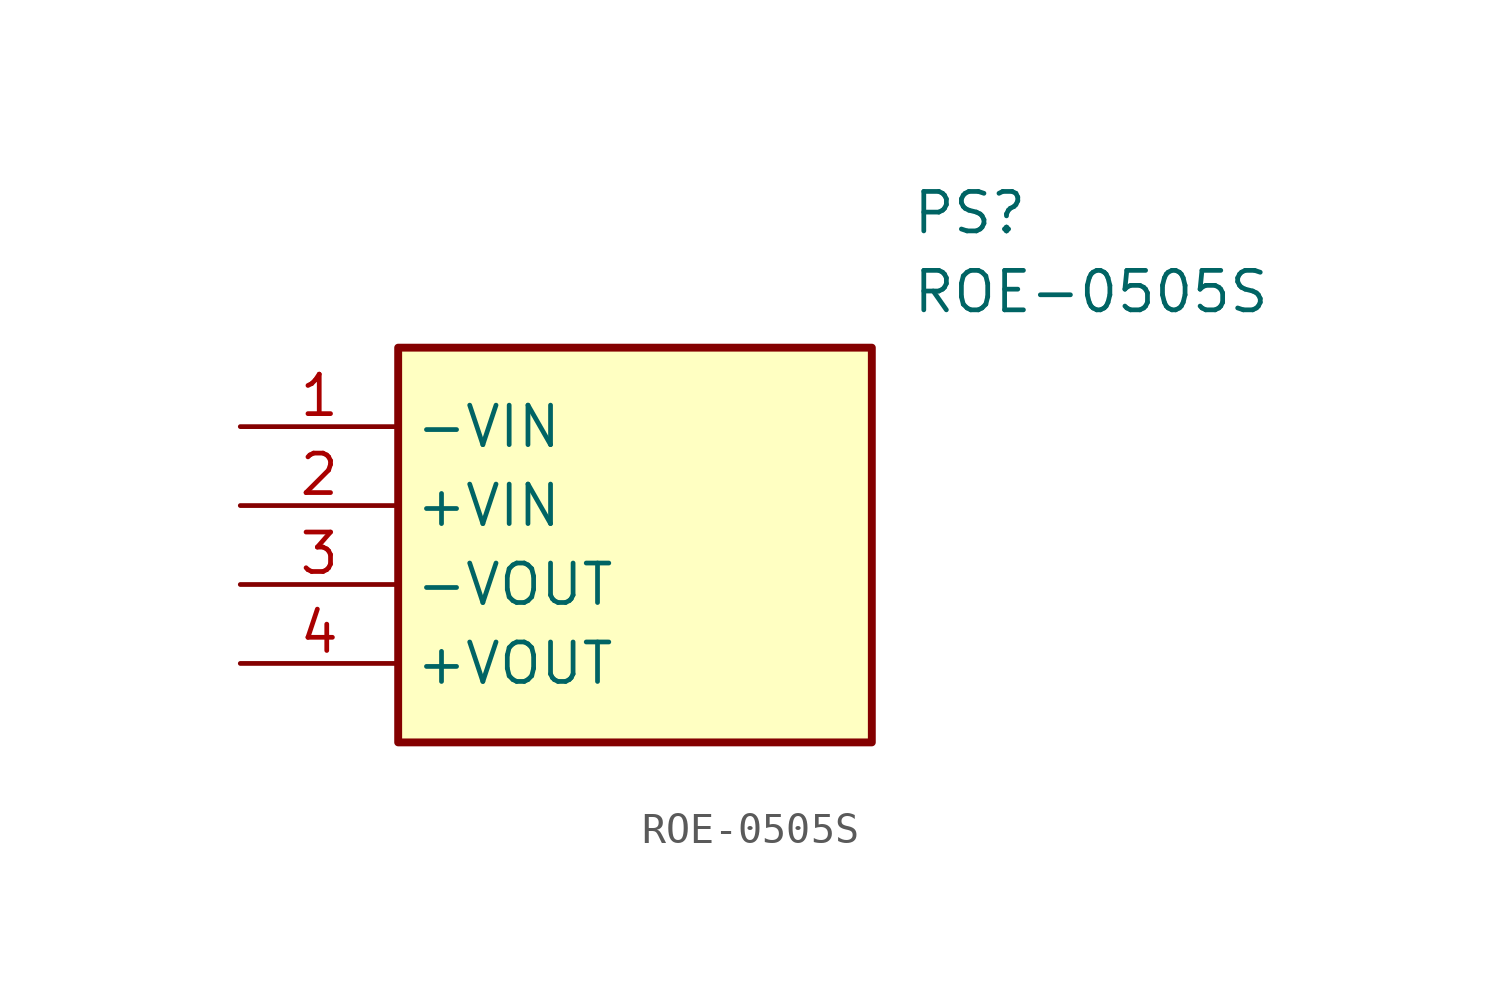
<source format=kicad_sym>
(kicad_symbol_lib
  (version 20211014)
  (generator SamacSys_ECAD_Model)
  (symbol "ROE-0505S"
    (property "Reference" "PS"
      (at 21.59 7.62 0)
      (effects (font (size 1.27 1.27)) (justify left top)))
    (property "Value" "ROE-0505S"
      (at 21.59 5.08 0)
      (effects (font (size 1.27 1.27)) (justify left top)))
    (rectangle
      (start 5.08 2.54)
      (end 20.32 -10.16)
      (stroke (width 0.254) (type default))
      (fill (type background)))
    (pin passive line
      (at 0 0 0)
      (length 5.08)
      (name "-VIN" (effects (font (size 1.27 1.27))))
      (number "1" (effects (font (size 1.27 1.27)))))
    (pin passive line
      (at 0 -2.54 0)
      (length 5.08)
      (name "+VIN" (effects (font (size 1.27 1.27))))
      (number "2" (effects (font (size 1.27 1.27)))))
    (pin passive line
      (at 0 -5.08 0)
      (length 5.08)
      (name "-VOUT" (effects (font (size 1.27 1.27))))
      (number "3" (effects (font (size 1.27 1.27)))))
    (pin passive line
      (at 0 -7.62 0)
      (length 5.08)
      (name "+VOUT" (effects (font (size 1.27 1.27))))
      (number "4" (effects (font (size 1.27 1.27)))))))
</source>
